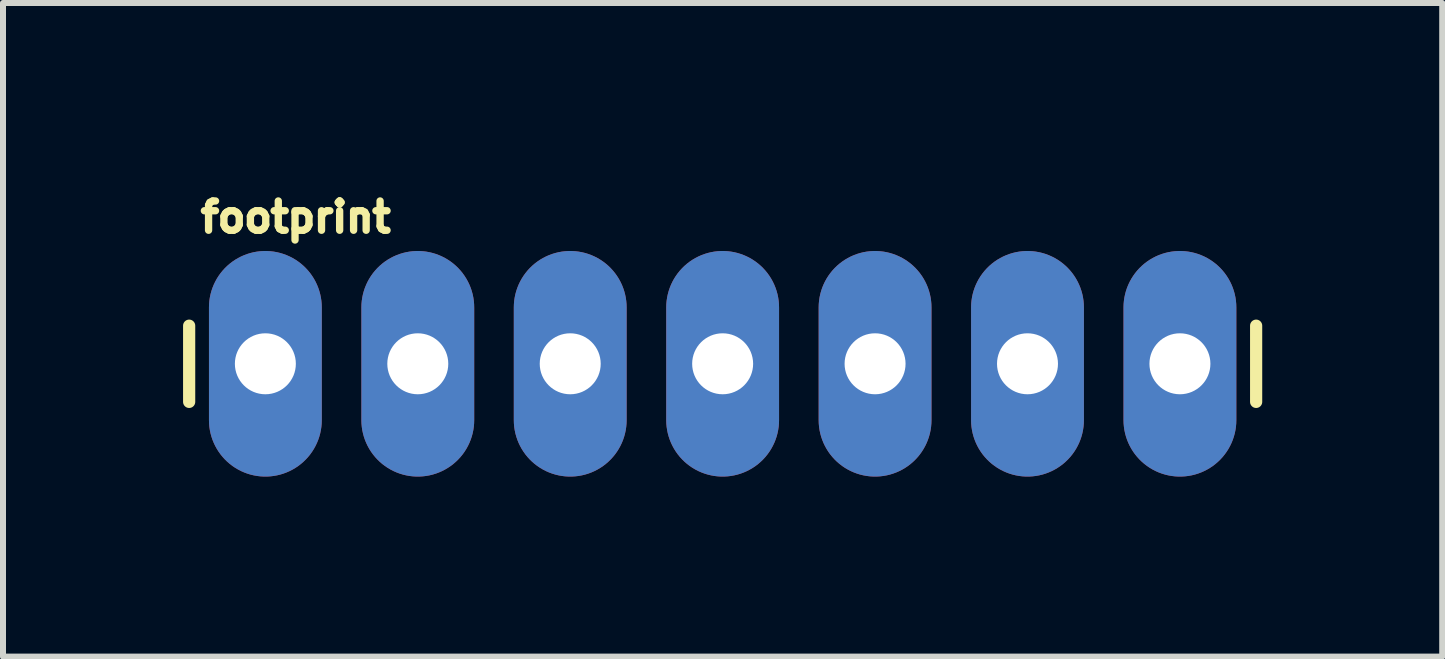
<source format=kicad_pcb>
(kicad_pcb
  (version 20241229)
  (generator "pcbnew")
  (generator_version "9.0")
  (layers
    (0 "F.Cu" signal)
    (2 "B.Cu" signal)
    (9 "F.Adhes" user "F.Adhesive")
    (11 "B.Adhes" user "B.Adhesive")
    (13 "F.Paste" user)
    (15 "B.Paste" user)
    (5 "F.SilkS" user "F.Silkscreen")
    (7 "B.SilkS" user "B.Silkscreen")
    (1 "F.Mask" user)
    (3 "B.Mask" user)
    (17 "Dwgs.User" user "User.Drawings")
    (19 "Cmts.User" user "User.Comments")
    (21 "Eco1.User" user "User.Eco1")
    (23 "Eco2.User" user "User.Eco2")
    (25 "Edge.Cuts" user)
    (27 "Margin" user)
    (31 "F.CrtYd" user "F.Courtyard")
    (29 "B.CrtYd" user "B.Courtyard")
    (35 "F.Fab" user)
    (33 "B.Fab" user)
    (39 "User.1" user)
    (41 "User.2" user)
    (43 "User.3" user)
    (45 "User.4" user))
  (footprint "footprint"
    (layer "F.Cu")
    (at 1.372 3.012)
    (property "Reference" "footprint" (at -1.143 -2.159 0) (layer "F.SilkS") (effects (font (size 0.488 0.488) (thickness 0.122)) (justify left bottom)))
    (fp_line (start -1.27 -0.635) (end -1.27 0.635) (stroke (width 0.203) (type solid)) (layer "F.SilkS"))
    (fp_line (start 16.51 -0.635) (end 16.51 0.635) (stroke (width 0.203) (type solid)) (layer "F.SilkS"))
    (fp_poly (pts (xy -0.254 0.254) (xy 0.254 0.254) (xy 0.254 -0.254) (xy -0.254 -0.254)) (stroke (width 0.1) (type solid)) (fill no) (layer "F.Fab"))
    (fp_poly (pts (xy 2.286 0.254) (xy 2.794 0.254) (xy 2.794 -0.254) (xy 2.286 -0.254)) (stroke (width 0.1) (type solid)) (fill no) (layer "F.Fab"))
    (fp_poly (pts (xy 4.826 0.254) (xy 5.334 0.254) (xy 5.334 -0.254) (xy 4.826 -0.254)) (stroke (width 0.1) (type solid)) (fill no) (layer "F.Fab"))
    (fp_poly (pts (xy 7.366 0.254) (xy 7.874 0.254) (xy 7.874 -0.254) (xy 7.366 -0.254)) (stroke (width 0.1) (type solid)) (fill no) (layer "F.Fab"))
    (fp_poly (pts (xy 9.906 0.254) (xy 10.414 0.254) (xy 10.414 -0.254) (xy 9.906 -0.254)) (stroke (width 0.1) (type solid)) (fill no) (layer "F.Fab"))
    (fp_poly (pts (xy 12.446 0.254) (xy 12.954 0.254) (xy 12.954 -0.254) (xy 12.446 -0.254)) (stroke (width 0.1) (type solid)) (fill no) (layer "F.Fab"))
    (fp_poly (pts (xy 14.986 0.254) (xy 15.494 0.254) (xy 15.494 -0.254) (xy 14.986 -0.254)) (stroke (width 0.1) (type solid)) (fill no) (layer "F.Fab"))
    (pad "1" thru_hole oval (at 0 0 90) (size 3.759 1.88) (drill 1.016) (layers "*.Cu" "*.Mask"))
    (pad "2" thru_hole oval (at 2.54 0 90) (size 3.759 1.88) (drill 1.016) (layers "*.Cu" "*.Mask"))
    (pad "3" thru_hole oval (at 5.08 0 90) (size 3.759 1.88) (drill 1.016) (layers "*.Cu" "*.Mask"))
    (pad "4" thru_hole oval (at 7.62 0 90) (size 3.759 1.88) (drill 1.016) (layers "*.Cu" "*.Mask"))
    (pad "5" thru_hole oval (at 10.16 0 90) (size 3.759 1.88) (drill 1.016) (layers "*.Cu" "*.Mask"))
    (pad "6" thru_hole oval (at 12.7 0 90) (size 3.759 1.88) (drill 1.016) (layers "*.Cu" "*.Mask"))
    (pad "7" thru_hole oval (at 15.24 0 90) (size 3.759 1.88) (drill 1.016) (layers "*.Cu" "*.Mask")))
  (gr_rect
    (start -3 -3)
    (end 20.983 7.892)
    (stroke (width 0.1) (type default))
    (fill no)
    (layer "Edge.Cuts")))
</source>
